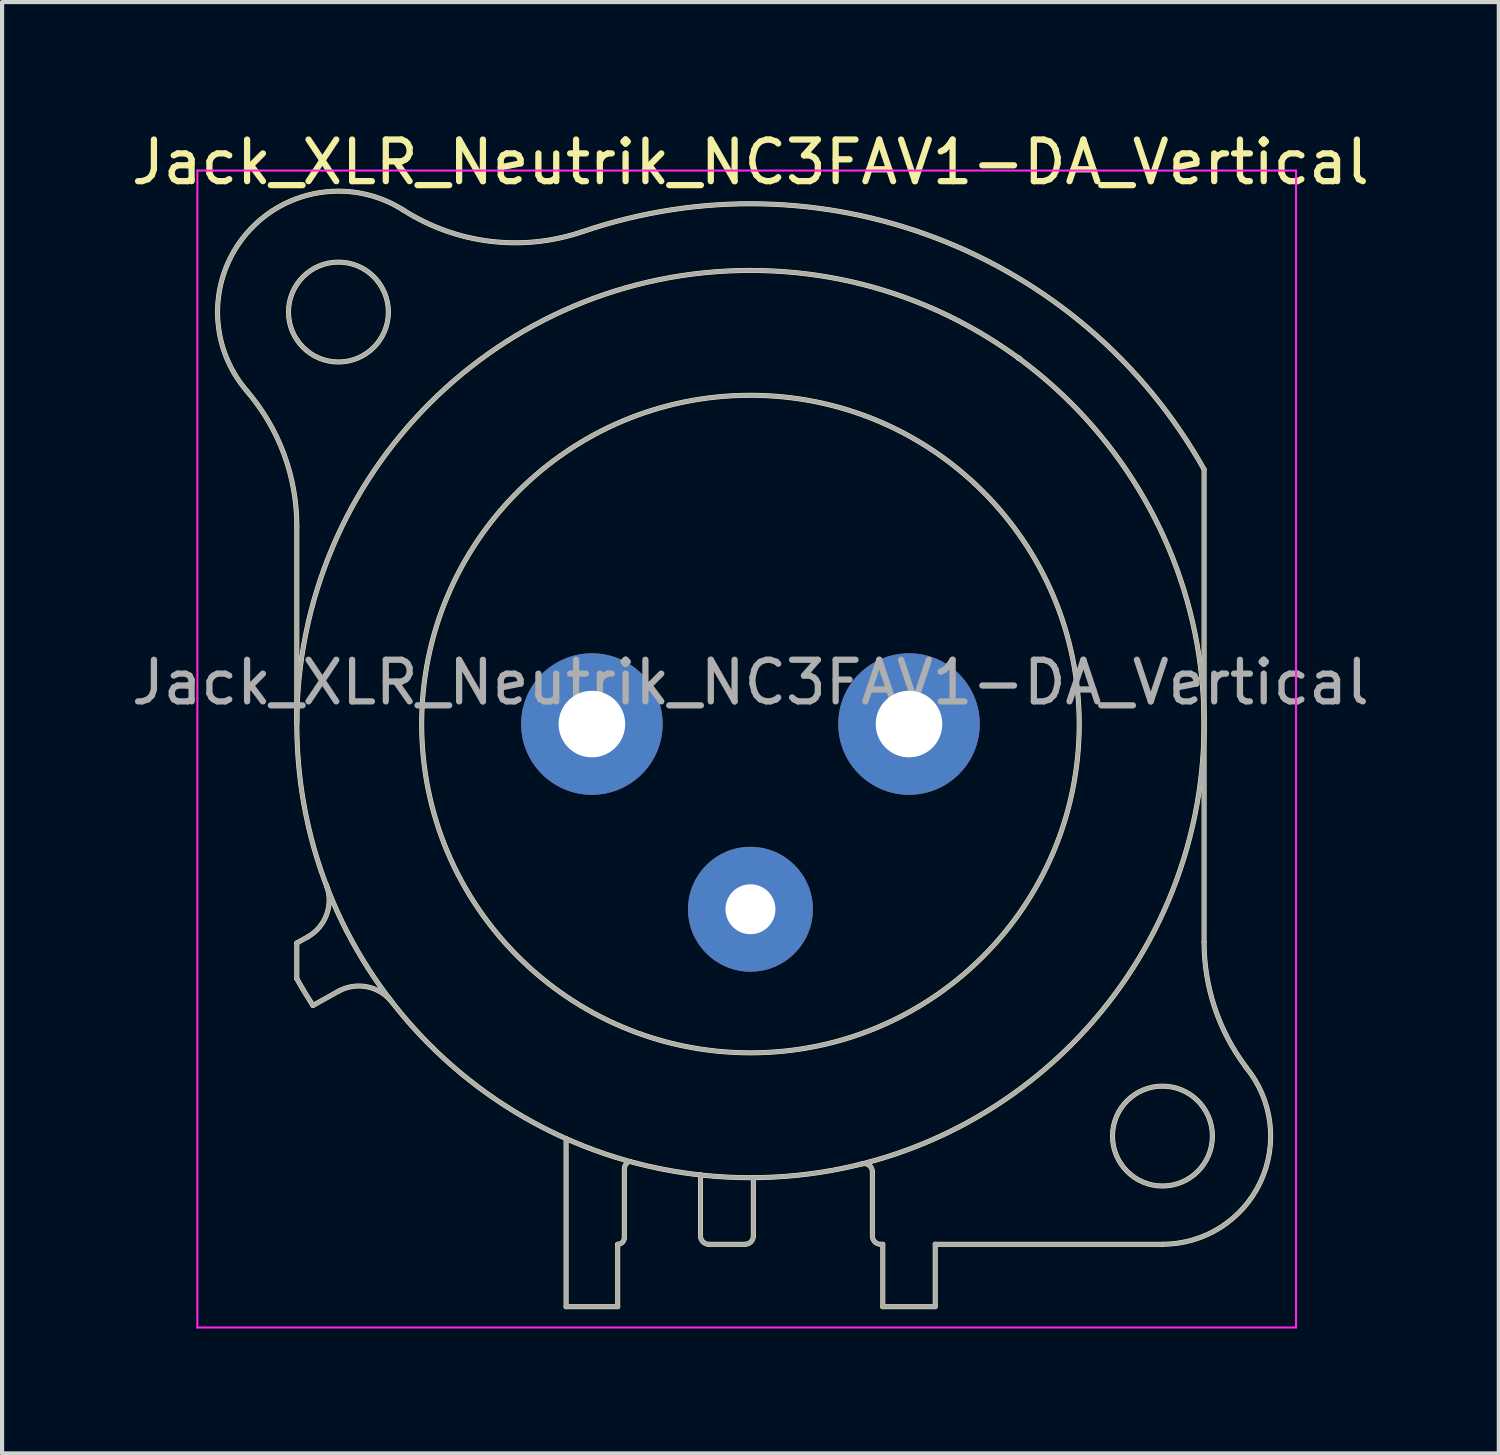
<source format=kicad_pcb>
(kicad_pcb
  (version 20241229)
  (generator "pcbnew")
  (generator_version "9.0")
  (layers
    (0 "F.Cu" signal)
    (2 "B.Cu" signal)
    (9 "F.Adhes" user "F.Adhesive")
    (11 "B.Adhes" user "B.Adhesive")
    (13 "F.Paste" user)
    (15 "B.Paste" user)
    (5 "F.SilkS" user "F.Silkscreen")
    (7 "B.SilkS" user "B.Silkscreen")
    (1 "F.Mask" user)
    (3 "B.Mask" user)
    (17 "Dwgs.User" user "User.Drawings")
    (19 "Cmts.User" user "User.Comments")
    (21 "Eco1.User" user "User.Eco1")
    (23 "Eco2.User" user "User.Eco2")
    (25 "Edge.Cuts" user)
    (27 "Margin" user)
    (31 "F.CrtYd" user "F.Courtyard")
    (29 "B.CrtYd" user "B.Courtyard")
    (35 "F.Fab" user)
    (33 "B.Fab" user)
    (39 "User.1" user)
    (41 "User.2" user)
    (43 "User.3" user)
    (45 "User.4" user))
  (footprint "Jack_XLR_Neutrik_NC3FAV1-DA_Vertical"
    (layer "F.Cu")
    (at 18.792 14.348)
    (property "Reference" "Jack_XLR_Neutrik_NC3FAV1-DA_Vertical" (at -3.81 -13.5 0) (layer "F.SilkS") (effects (font (size 1 1) (thickness 0.15))))
    (attr through_hole)
    (fp_line (start -14.71 0) (end -14.71 -4.76) (stroke (width 0.12) (type solid)) (layer "F.SilkS"))
    (fp_line (start -14.71 5.26) (end -14.71 6.12) (stroke (width 0.12) (type solid)) (layer "F.SilkS"))
    (fp_line (start -14.44 5.11) (end -14.71 5.26) (stroke (width 0.12) (type solid)) (layer "F.SilkS"))
    (fp_line (start -14.32 6.76) (end -13.71 6.42) (stroke (width 0.12) (type solid)) (layer "F.SilkS"))
    (fp_line (start -8.24 9.96) (end -8.24 14) (stroke (width 0.12) (type solid)) (layer "F.SilkS"))
    (fp_line (start -7 12.5) (end -7 14) (stroke (width 0.12) (type solid)) (layer "F.SilkS"))
    (fp_line (start -7 14) (end -8.24 14) (stroke (width 0.12) (type solid)) (layer "F.SilkS"))
    (fp_line (start -6.84 12.34) (end -6.84 10.69) (stroke (width 0.12) (type solid)) (layer "F.SilkS"))
    (fp_line (start -5.01 10.83) (end -5.01 12.3) (stroke (width 0.12) (type solid)) (layer "F.SilkS"))
    (fp_line (start -3.94 12.5) (end -4.81 12.5) (stroke (width 0.12) (type solid)) (layer "F.SilkS"))
    (fp_line (start -3.74 10.9) (end -3.74 12.3) (stroke (width 0.12) (type solid)) (layer "F.SilkS"))
    (fp_line (start -0.88 12.3) (end -0.88 10.76) (stroke (width 0.12) (type solid)) (layer "F.SilkS"))
    (fp_line (start -0.63 12.5) (end -0.68 12.5) (stroke (width 0.12) (type solid)) (layer "F.SilkS"))
    (fp_line (start -0.63 12.5) (end -0.63 14) (stroke (width 0.12) (type solid)) (layer "F.SilkS"))
    (fp_line (start 0.62 14) (end -0.63 14) (stroke (width 0.12) (type solid)) (layer "F.SilkS"))
    (fp_line (start 0.63 12.5) (end 6.09 12.5) (stroke (width 0.12) (type solid)) (layer "F.SilkS"))
    (fp_line (start 0.63 14) (end 0.63 12.5) (stroke (width 0.12) (type solid)) (layer "F.SilkS"))
    (fp_line (start 7.09 5.24) (end 7.09 -6.12) (stroke (width 0.12) (type solid)) (layer "F.SilkS"))
    (fp_arc (start -15.908829 -8.000856) (mid -15.019313 -6.48774) (end -14.71 -4.76) (stroke (width 0.12) (type solid)) (layer "F.SilkS"))
    (fp_arc (start -15.908236 -8.001617) (mid -15.907486 -11.799251) (end -12.15 -12.35) (stroke (width 0.12) (type solid)) (layer "F.SilkS"))
    (fp_arc (start -14.32314 6.763008) (mid -14.521396 6.444407) (end -14.71 6.12) (stroke (width 0.12) (type solid)) (layer "F.SilkS"))
    (fp_arc (start -14.004283 3.855674) (mid -13.989213 4.56375) (end -14.44 5.11) (stroke (width 0.12) (type solid)) (layer "F.SilkS"))
    (fp_arc (start -13.71 6.42) (mid -13.01025 6.315915) (end -12.412202 6.693832) (stroke (width 0.12) (type solid)) (layer "F.SilkS"))
    (fp_arc (start -7.848035 -11.831177) (mid -10.058192 -11.599923) (end -12.15 -12.35) (stroke (width 0.12) (type solid)) (layer "F.SilkS"))
    (fp_arc (start -7.841153 -11.83276) (mid 0.657009 -11.675197) (end 7.09 -6.12) (stroke (width 0.12) (type solid)) (layer "F.SilkS"))
    (fp_arc (start -6.84 10.69) (mid -6.803713 10.578321) (end -6.708713 10.509299) (stroke (width 0.12) (type solid)) (layer "F.SilkS"))
    (fp_arc (start -6.84 12.34) (mid -6.886863 12.453137) (end -7 12.5) (stroke (width 0.12) (type solid)) (layer "F.SilkS"))
    (fp_arc (start -4.81 12.5) (mid -4.951421 12.441421) (end -5.01 12.3) (stroke (width 0.12) (type solid)) (layer "F.SilkS"))
    (fp_arc (start -3.74 12.3) (mid -3.798579 12.441421) (end -3.94 12.5) (stroke (width 0.12) (type solid)) (layer "F.SilkS"))
    (fp_arc (start -1.1294 10.566197) (mid -0.957281 10.602076) (end -0.88 10.76) (stroke (width 0.12) (type solid)) (layer "F.SilkS"))
    (fp_arc (start -0.68 12.5) (mid -0.821421 12.441421) (end -0.88 12.3) (stroke (width 0.12) (type solid)) (layer "F.SilkS"))
    (fp_arc (start 2.636924 -8.782671) (mid 2.628394 -8.791269) (end 2.62 -8.8) (stroke (width 0.12) (type solid)) (layer "F.SilkS"))
    (fp_arc (start 2.680052 -8.767734) (mid 2.65973 -8.7835) (end 2.64 -8.8) (stroke (width 0.12) (type solid)) (layer "F.SilkS"))
    (fp_arc (start 8.095865 8.245761) (mid 8.441704 11.008824) (end 6.09 12.5) (stroke (width 0.12) (type solid)) (layer "F.SilkS"))
    (fp_arc (start 8.098032 8.243976) (mid 7.348729 6.824298) (end 7.09 5.24) (stroke (width 0.12) (type solid)) (layer "F.SilkS"))
    (fp_circle (center -13.71 -9.9) (end -12.51 -9.9) (stroke (width 0.12) (type solid)) (fill no) (layer "F.SilkS"))
    (fp_circle (center -3.81 0) (end 4.09 0) (stroke (width 0.12) (type solid)) (fill no) (layer "F.SilkS"))
    (fp_circle (center -3.81 0) (end 7.09 0) (stroke (width 0.12) (type solid)) (fill no) (layer "F.SilkS"))
    (fp_circle (center 6.09 9.9) (end 7.29 9.9) (stroke (width 0.12) (type solid)) (fill no) (layer "F.SilkS"))
    (fp_line (start -17.1 -13.3) (end 9.3 -13.3) (stroke (width 0.05) (type solid)) (layer "F.CrtYd"))
    (fp_line (start -17.1 14.5) (end -17.1 -13.3) (stroke (width 0.05) (type solid)) (layer "F.CrtYd"))
    (fp_line (start 9.3 -13.3) (end 9.3 14.5) (stroke (width 0.05) (type solid)) (layer "F.CrtYd"))
    (fp_line (start 9.3 14.5) (end -17.1 14.5) (stroke (width 0.05) (type solid)) (layer "F.CrtYd"))
    (fp_line (start -14.71 0) (end -14.71 -4.76) (stroke (width 0.1) (type solid)) (layer "F.Fab"))
    (fp_line (start -14.71 5.26) (end -14.71 6.12) (stroke (width 0.1) (type solid)) (layer "F.Fab"))
    (fp_line (start -14.44 5.11) (end -14.71 5.26) (stroke (width 0.1) (type solid)) (layer "F.Fab"))
    (fp_line (start -14.32 6.76) (end -13.71 6.42) (stroke (width 0.1) (type solid)) (layer "F.Fab"))
    (fp_line (start -8.24 9.96) (end -8.24 14) (stroke (width 0.1) (type solid)) (layer "F.Fab"))
    (fp_line (start -7 12.5) (end -7 14) (stroke (width 0.1) (type solid)) (layer "F.Fab"))
    (fp_line (start -7 14) (end -8.24 14) (stroke (width 0.1) (type solid)) (layer "F.Fab"))
    (fp_line (start -6.84 12.34) (end -6.84 10.69) (stroke (width 0.1) (type solid)) (layer "F.Fab"))
    (fp_line (start -5.01 10.83) (end -5.01 12.3) (stroke (width 0.1) (type solid)) (layer "F.Fab"))
    (fp_line (start -3.94 12.5) (end -4.81 12.5) (stroke (width 0.1) (type solid)) (layer "F.Fab"))
    (fp_line (start -3.74 10.9) (end -3.74 12.3) (stroke (width 0.1) (type solid)) (layer "F.Fab"))
    (fp_line (start -0.88 12.3) (end -0.88 10.76) (stroke (width 0.1) (type solid)) (layer "F.Fab"))
    (fp_line (start -0.63 12.5) (end -0.68 12.5) (stroke (width 0.1) (type solid)) (layer "F.Fab"))
    (fp_line (start -0.63 12.5) (end -0.63 14) (stroke (width 0.1) (type solid)) (layer "F.Fab"))
    (fp_line (start 0.62 14) (end -0.63 14) (stroke (width 0.1) (type solid)) (layer "F.Fab"))
    (fp_line (start 0.63 12.5) (end 6.09 12.5) (stroke (width 0.1) (type solid)) (layer "F.Fab"))
    (fp_line (start 0.63 14) (end 0.63 12.5) (stroke (width 0.1) (type solid)) (layer "F.Fab"))
    (fp_line (start 7.09 5.24) (end 7.09 -6.12) (stroke (width 0.1) (type solid)) (layer "F.Fab"))
    (fp_arc (start -15.908829 -8.000856) (mid -15.019313 -6.48774) (end -14.71 -4.76) (stroke (width 0.1) (type solid)) (layer "F.Fab"))
    (fp_arc (start -15.908236 -8.001617) (mid -15.907486 -11.799251) (end -12.15 -12.35) (stroke (width 0.1) (type solid)) (layer "F.Fab"))
    (fp_arc (start -14.32314 6.763008) (mid -14.521396 6.444407) (end -14.71 6.12) (stroke (width 0.1) (type solid)) (layer "F.Fab"))
    (fp_arc (start -14.004283 3.855674) (mid -13.989213 4.56375) (end -14.44 5.11) (stroke (width 0.1) (type solid)) (layer "F.Fab"))
    (fp_arc (start -13.71 6.42) (mid -13.01025 6.315915) (end -12.412202 6.693832) (stroke (width 0.1) (type solid)) (layer "F.Fab"))
    (fp_arc (start -7.848035 -11.831177) (mid -10.058192 -11.599923) (end -12.15 -12.35) (stroke (width 0.1) (type solid)) (layer "F.Fab"))
    (fp_arc (start -7.841153 -11.83276) (mid 0.657009 -11.675197) (end 7.09 -6.12) (stroke (width 0.1) (type solid)) (layer "F.Fab"))
    (fp_arc (start -6.84 10.69) (mid -6.803713 10.578321) (end -6.708713 10.509299) (stroke (width 0.1) (type solid)) (layer "F.Fab"))
    (fp_arc (start -6.84 12.34) (mid -6.886863 12.453137) (end -7 12.5) (stroke (width 0.1) (type solid)) (layer "F.Fab"))
    (fp_arc (start -4.81 12.5) (mid -4.951421 12.441421) (end -5.01 12.3) (stroke (width 0.1) (type solid)) (layer "F.Fab"))
    (fp_arc (start -3.74 12.3) (mid -3.798579 12.441421) (end -3.94 12.5) (stroke (width 0.1) (type solid)) (layer "F.Fab"))
    (fp_arc (start -1.1294 10.566197) (mid -0.957281 10.602076) (end -0.88 10.76) (stroke (width 0.1) (type solid)) (layer "F.Fab"))
    (fp_arc (start -0.68 12.5) (mid -0.821421 12.441421) (end -0.88 12.3) (stroke (width 0.1) (type solid)) (layer "F.Fab"))
    (fp_arc (start 2.636924 -8.782671) (mid 2.628394 -8.791269) (end 2.62 -8.8) (stroke (width 0.1) (type solid)) (layer "F.Fab"))
    (fp_arc (start 2.680052 -8.767734) (mid 2.65973 -8.7835) (end 2.64 -8.8) (stroke (width 0.1) (type solid)) (layer "F.Fab"))
    (fp_arc (start 8.095865 8.245761) (mid 8.441704 11.008824) (end 6.09 12.5) (stroke (width 0.1) (type solid)) (layer "F.Fab"))
    (fp_arc (start 8.098032 8.243976) (mid 7.348729 6.824298) (end 7.09 5.24) (stroke (width 0.1) (type solid)) (layer "F.Fab"))
    (fp_circle (center -13.71 -9.9) (end -12.51 -9.9) (stroke (width 0.1) (type solid)) (fill no) (layer "F.Fab"))
    (fp_circle (center -3.81 0) (end 4.09 0) (stroke (width 0.1) (type solid)) (fill no) (layer "F.Fab"))
    (fp_circle (center -3.81 0) (end 7.09 0) (stroke (width 0.1) (type solid)) (fill no) (layer "F.Fab"))
    (fp_circle (center 6.09 9.9) (end 7.29 9.9) (stroke (width 0.1) (type solid)) (fill no) (layer "F.Fab"))
    (fp_text user "${REFERENCE}" (at -3.81 -1 0) (layer "F.Fab") (effects (font (size 1 1) (thickness 0.15))))
    (pad "1" thru_hole circle (at 0 0) (size 3.4 3.4) (drill 1.6) (layers "*.Cu" "*.Mask"))
    (pad "2" thru_hole circle (at -7.62 0) (size 3.4 3.4) (drill 1.6) (layers "*.Cu" "*.Mask"))
    (pad "3" thru_hole circle (at -3.81 4.45) (size 3 3) (drill 1.2) (layers "*.Cu" "*.Mask")))
  (gr_rect
    (start -3 -3)
    (end 32.964 31.873)
    (stroke (width 0.1) (type default))
    (fill no)
    (layer "Edge.Cuts")))
</source>
